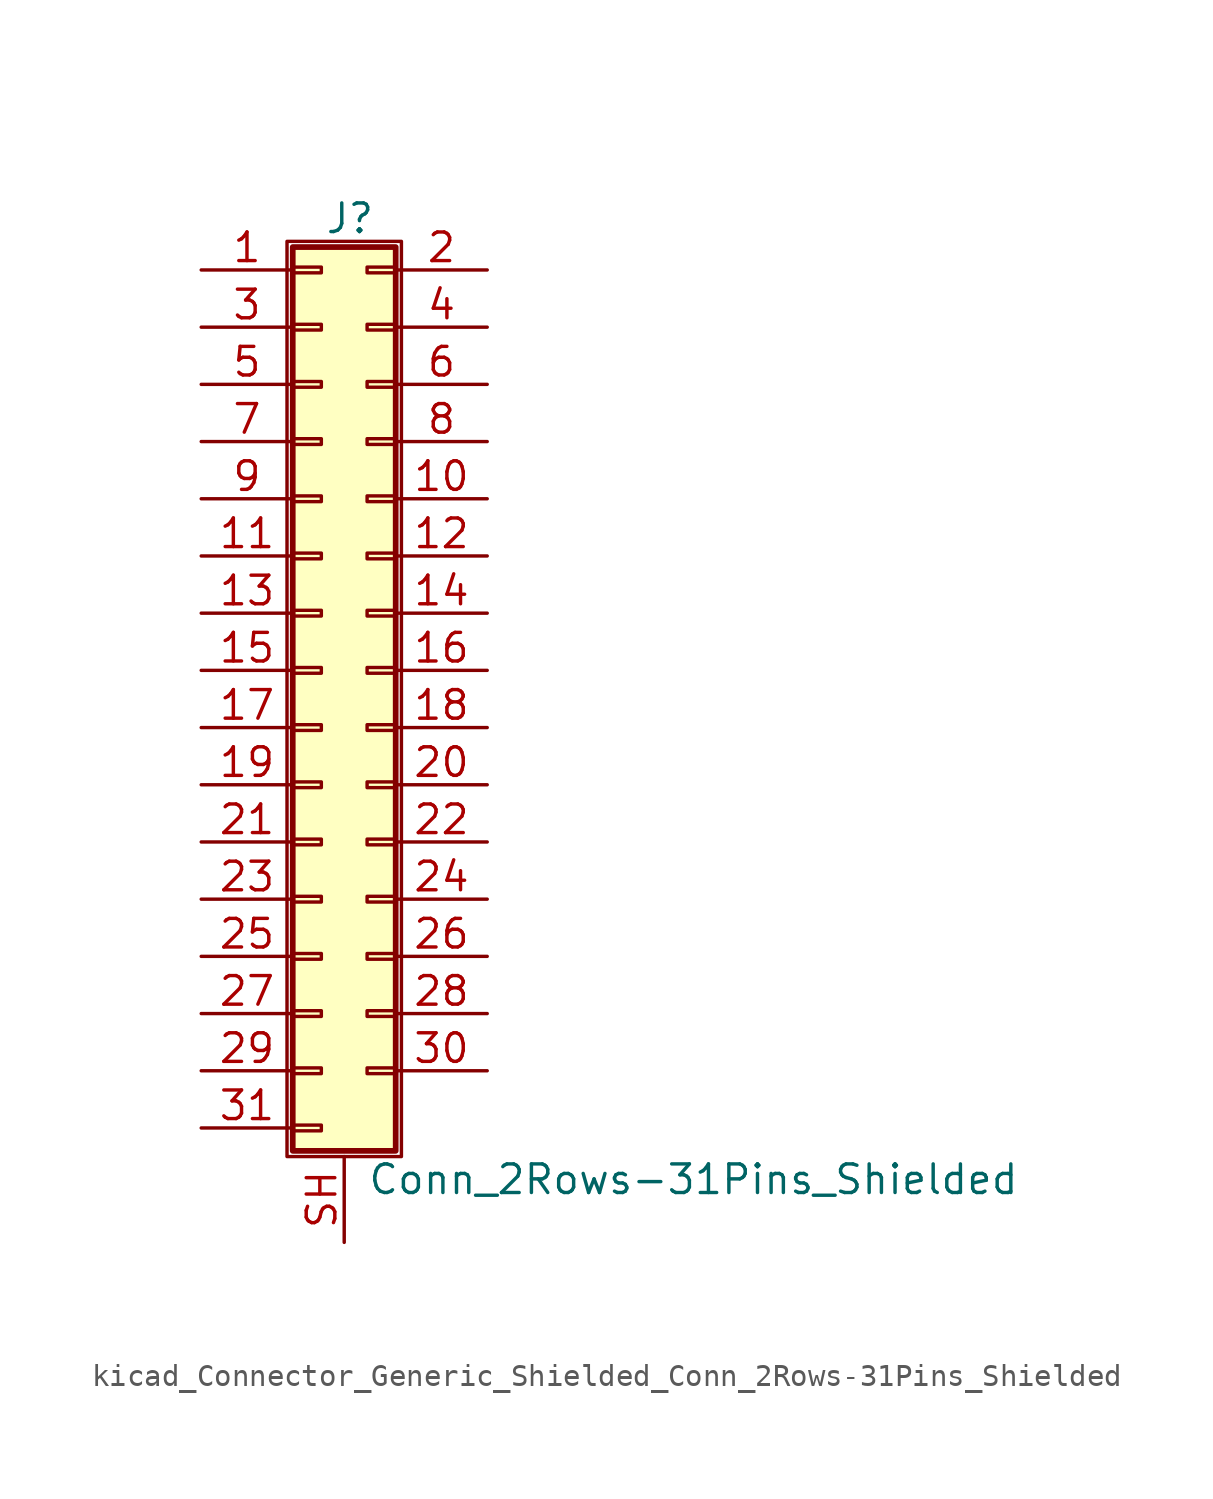
<source format=kicad_sym>
(kicad_symbol_lib
  (version 20220914)
  (generator kicad_symbol_editor)
  (symbol "kicad_Connector_Generic_Shielded_Conn_2Rows-31Pins_Shielded"
    (pin_names
      (offset 1.016) hide)
    (property "Reference" "J"
      (at 1.524 20.066 0)
      (effects (font (size 1.27 1.27))))
    (property "Value" "Conn_2Rows-31Pins_Shielded"
      (at 2.286 -22.606 0)
      (effects (font (size 1.27 1.27)) (justify left)))
    (symbol "kicad_Connector_Generic_Shielded_Conn_2Rows-31Pins_Shielded_1_1"
      (rectangle (start -1.27 19.05) (end 3.81 -21.59) (stroke (width 0.152) (type default)) (fill (type none)))
      (rectangle (start -1.016 -20.193) (end 0.254 -20.447) (stroke (width 0.152) (type default)) (fill (type none)))
      (rectangle (start -1.016 -17.653) (end 0.254 -17.907) (stroke (width 0.152) (type default)) (fill (type none)))
      (rectangle (start -1.016 -15.113) (end 0.254 -15.367) (stroke (width 0.152) (type default)) (fill (type none)))
      (rectangle (start -1.016 -12.573) (end 0.254 -12.827) (stroke (width 0.152) (type default)) (fill (type none)))
      (rectangle (start -1.016 -10.033) (end 0.254 -10.287) (stroke (width 0.152) (type default)) (fill (type none)))
      (rectangle (start -1.016 -7.493) (end 0.254 -7.747) (stroke (width 0.152) (type default)) (fill (type none)))
      (rectangle (start -1.016 -4.953) (end 0.254 -5.207) (stroke (width 0.152) (type default)) (fill (type none)))
      (rectangle (start -1.016 -2.413) (end 0.254 -2.667) (stroke (width 0.152) (type default)) (fill (type none)))
      (rectangle (start -1.016 0.127) (end 0.254 -0.127) (stroke (width 0.152) (type default)) (fill (type none)))
      (rectangle (start -1.016 2.667) (end 0.254 2.413) (stroke (width 0.152) (type default)) (fill (type none)))
      (rectangle (start -1.016 5.207) (end 0.254 4.953) (stroke (width 0.152) (type default)) (fill (type none)))
      (rectangle (start -1.016 7.747) (end 0.254 7.493) (stroke (width 0.152) (type default)) (fill (type none)))
      (rectangle (start -1.016 10.287) (end 0.254 10.033) (stroke (width 0.152) (type default)) (fill (type none)))
      (rectangle (start -1.016 12.827) (end 0.254 12.573) (stroke (width 0.152) (type default)) (fill (type none)))
      (rectangle (start -1.016 15.367) (end 0.254 15.113) (stroke (width 0.152) (type default)) (fill (type none)))
      (rectangle (start -1.016 17.907) (end 0.254 17.653) (stroke (width 0.152) (type default)) (fill (type none)))
      (rectangle (start -1.016 18.796) (end 3.556 -21.336) (stroke (width 0.254) (type default)) (fill (type background)))
      (rectangle (start 3.556 -17.653) (end 2.286 -17.907) (stroke (width 0.152) (type default)) (fill (type none)))
      (rectangle (start 3.556 -15.113) (end 2.286 -15.367) (stroke (width 0.152) (type default)) (fill (type none)))
      (rectangle (start 3.556 -12.573) (end 2.286 -12.827) (stroke (width 0.152) (type default)) (fill (type none)))
      (rectangle (start 3.556 -10.033) (end 2.286 -10.287) (stroke (width 0.152) (type default)) (fill (type none)))
      (rectangle (start 3.556 -7.493) (end 2.286 -7.747) (stroke (width 0.152) (type default)) (fill (type none)))
      (rectangle (start 3.556 -4.953) (end 2.286 -5.207) (stroke (width 0.152) (type default)) (fill (type none)))
      (rectangle (start 3.556 -2.413) (end 2.286 -2.667) (stroke (width 0.152) (type default)) (fill (type none)))
      (rectangle (start 3.556 0.127) (end 2.286 -0.127) (stroke (width 0.152) (type default)) (fill (type none)))
      (rectangle (start 3.556 2.667) (end 2.286 2.413) (stroke (width 0.152) (type default)) (fill (type none)))
      (rectangle (start 3.556 5.207) (end 2.286 4.953) (stroke (width 0.152) (type default)) (fill (type none)))
      (rectangle (start 3.556 7.747) (end 2.286 7.493) (stroke (width 0.152) (type default)) (fill (type none)))
      (rectangle (start 3.556 10.287) (end 2.286 10.033) (stroke (width 0.152) (type default)) (fill (type none)))
      (rectangle (start 3.556 12.827) (end 2.286 12.573) (stroke (width 0.152) (type default)) (fill (type none)))
      (rectangle (start 3.556 15.367) (end 2.286 15.113) (stroke (width 0.152) (type default)) (fill (type none)))
      (rectangle (start 3.556 17.907) (end 2.286 17.653) (stroke (width 0.152) (type default)) (fill (type none)))
      (pin passive line (at -5.08 17.78 0) (length 4.064) (name "Pin_1" (effects (font (size 1.27 1.27)))) (number "1" (effects (font (size 1.27 1.27)))))
      (pin passive line (at 7.62 7.62 180) (length 4.064) (name "Pin_10" (effects (font (size 1.27 1.27)))) (number "10" (effects (font (size 1.27 1.27)))))
      (pin passive line (at -5.08 5.08 0) (length 4.064) (name "Pin_11" (effects (font (size 1.27 1.27)))) (number "11" (effects (font (size 1.27 1.27)))))
      (pin passive line (at 7.62 5.08 180) (length 4.064) (name "Pin_12" (effects (font (size 1.27 1.27)))) (number "12" (effects (font (size 1.27 1.27)))))
      (pin passive line (at -5.08 2.54 0) (length 4.064) (name "Pin_13" (effects (font (size 1.27 1.27)))) (number "13" (effects (font (size 1.27 1.27)))))
      (pin passive line (at 7.62 2.54 180) (length 4.064) (name "Pin_14" (effects (font (size 1.27 1.27)))) (number "14" (effects (font (size 1.27 1.27)))))
      (pin passive line (at -5.08 0 0) (length 4.064) (name "Pin_15" (effects (font (size 1.27 1.27)))) (number "15" (effects (font (size 1.27 1.27)))))
      (pin passive line (at 7.62 0 180) (length 4.064) (name "Pin_16" (effects (font (size 1.27 1.27)))) (number "16" (effects (font (size 1.27 1.27)))))
      (pin passive line (at -5.08 -2.54 0) (length 4.064) (name "Pin_17" (effects (font (size 1.27 1.27)))) (number "17" (effects (font (size 1.27 1.27)))))
      (pin passive line (at 7.62 -2.54 180) (length 4.064) (name "Pin_18" (effects (font (size 1.27 1.27)))) (number "18" (effects (font (size 1.27 1.27)))))
      (pin passive line (at -5.08 -5.08 0) (length 4.064) (name "Pin_19" (effects (font (size 1.27 1.27)))) (number "19" (effects (font (size 1.27 1.27)))))
      (pin passive line (at 7.62 17.78 180) (length 4.064) (name "Pin_2" (effects (font (size 1.27 1.27)))) (number "2" (effects (font (size 1.27 1.27)))))
      (pin passive line (at 7.62 -5.08 180) (length 4.064) (name "Pin_20" (effects (font (size 1.27 1.27)))) (number "20" (effects (font (size 1.27 1.27)))))
      (pin passive line (at -5.08 -7.62 0) (length 4.064) (name "Pin_21" (effects (font (size 1.27 1.27)))) (number "21" (effects (font (size 1.27 1.27)))))
      (pin passive line (at 7.62 -7.62 180) (length 4.064) (name "Pin_22" (effects (font (size 1.27 1.27)))) (number "22" (effects (font (size 1.27 1.27)))))
      (pin passive line (at -5.08 -10.16 0) (length 4.064) (name "Pin_23" (effects (font (size 1.27 1.27)))) (number "23" (effects (font (size 1.27 1.27)))))
      (pin passive line (at 7.62 -10.16 180) (length 4.064) (name "Pin_24" (effects (font (size 1.27 1.27)))) (number "24" (effects (font (size 1.27 1.27)))))
      (pin passive line (at -5.08 -12.7 0) (length 4.064) (name "Pin_25" (effects (font (size 1.27 1.27)))) (number "25" (effects (font (size 1.27 1.27)))))
      (pin passive line (at 7.62 -12.7 180) (length 4.064) (name "Pin_26" (effects (font (size 1.27 1.27)))) (number "26" (effects (font (size 1.27 1.27)))))
      (pin passive line (at -5.08 -15.24 0) (length 4.064) (name "Pin_27" (effects (font (size 1.27 1.27)))) (number "27" (effects (font (size 1.27 1.27)))))
      (pin passive line (at 7.62 -15.24 180) (length 4.064) (name "Pin_28" (effects (font (size 1.27 1.27)))) (number "28" (effects (font (size 1.27 1.27)))))
      (pin passive line (at -5.08 -17.78 0) (length 4.064) (name "Pin_29" (effects (font (size 1.27 1.27)))) (number "29" (effects (font (size 1.27 1.27)))))
      (pin passive line (at -5.08 15.24 0) (length 4.064) (name "Pin_3" (effects (font (size 1.27 1.27)))) (number "3" (effects (font (size 1.27 1.27)))))
      (pin passive line (at 7.62 -17.78 180) (length 4.064) (name "Pin_30" (effects (font (size 1.27 1.27)))) (number "30" (effects (font (size 1.27 1.27)))))
      (pin passive line (at -5.08 -20.32 0) (length 4.064) (name "Pin_31" (effects (font (size 1.27 1.27)))) (number "31" (effects (font (size 1.27 1.27)))))
      (pin passive line (at 7.62 15.24 180) (length 4.064) (name "Pin_4" (effects (font (size 1.27 1.27)))) (number "4" (effects (font (size 1.27 1.27)))))
      (pin passive line (at -5.08 12.7 0) (length 4.064) (name "Pin_5" (effects (font (size 1.27 1.27)))) (number "5" (effects (font (size 1.27 1.27)))))
      (pin passive line (at 7.62 12.7 180) (length 4.064) (name "Pin_6" (effects (font (size 1.27 1.27)))) (number "6" (effects (font (size 1.27 1.27)))))
      (pin passive line (at -5.08 10.16 0) (length 4.064) (name "Pin_7" (effects (font (size 1.27 1.27)))) (number "7" (effects (font (size 1.27 1.27)))))
      (pin passive line (at 7.62 10.16 180) (length 4.064) (name "Pin_8" (effects (font (size 1.27 1.27)))) (number "8" (effects (font (size 1.27 1.27)))))
      (pin passive line (at -5.08 7.62 0) (length 4.064) (name "Pin_9" (effects (font (size 1.27 1.27)))) (number "9" (effects (font (size 1.27 1.27)))))
      (pin passive line (at 1.27 -25.4 90) (length 3.81) (name "Shield" (effects (font (size 1.27 1.27)))) (number "SH" (effects (font (size 1.27 1.27))))))))
</source>
